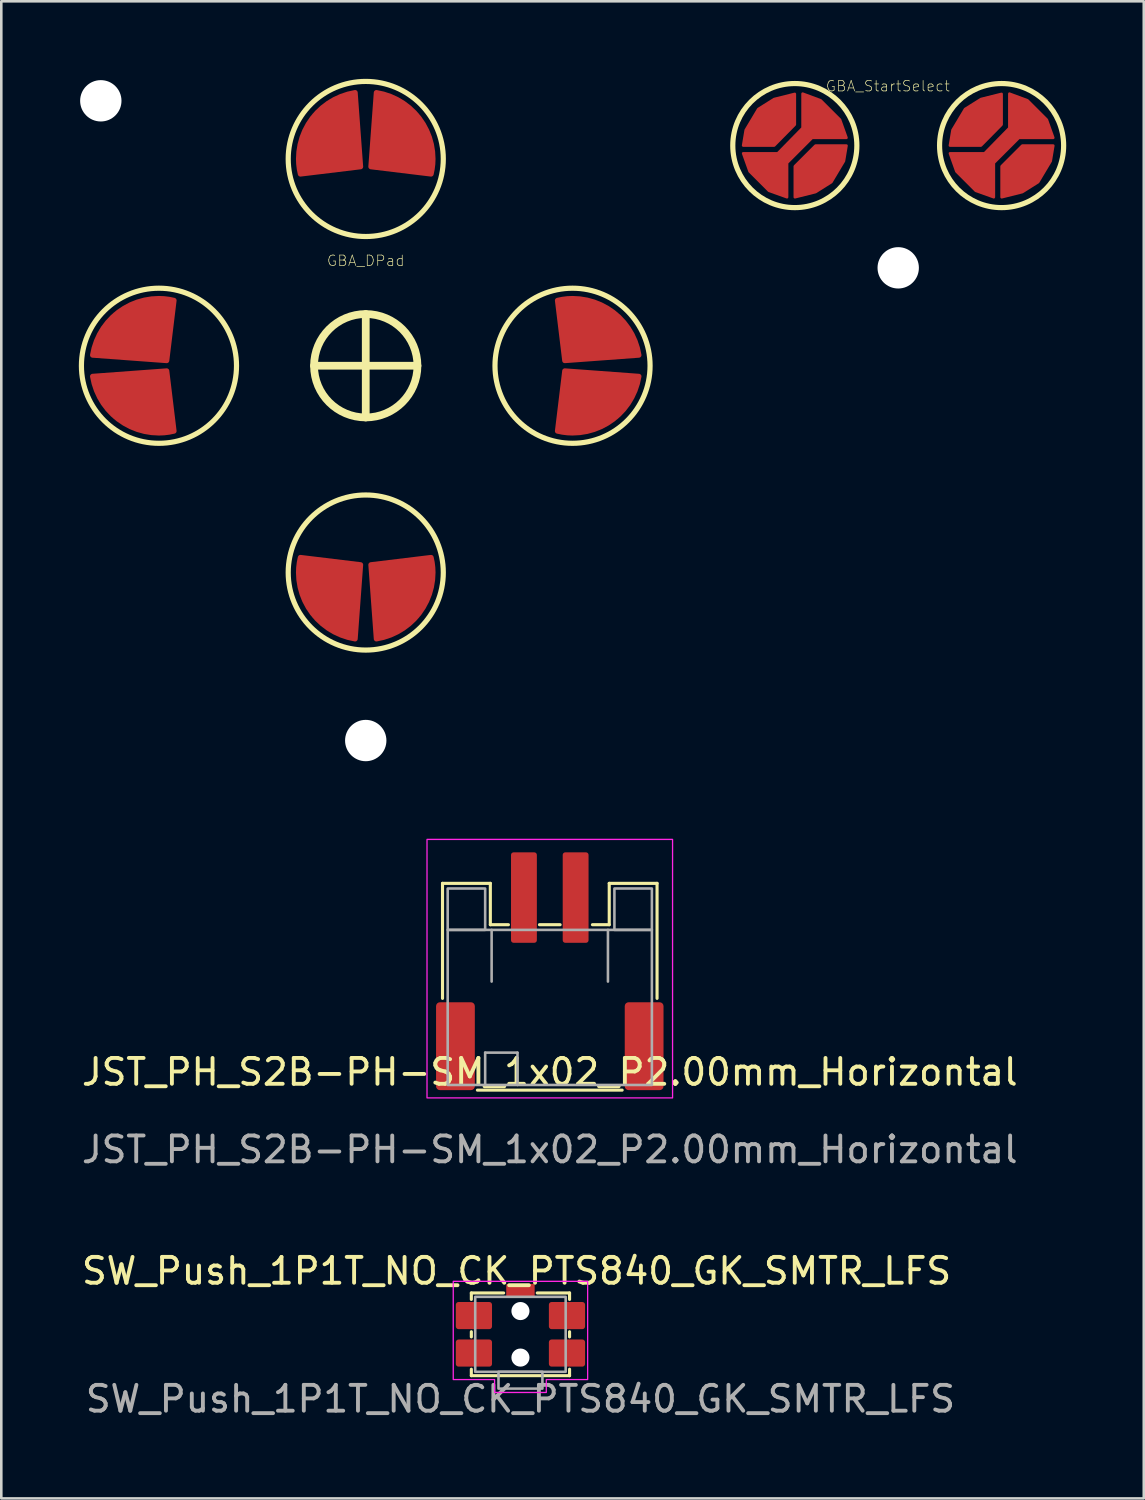
<source format=kicad_pcb>
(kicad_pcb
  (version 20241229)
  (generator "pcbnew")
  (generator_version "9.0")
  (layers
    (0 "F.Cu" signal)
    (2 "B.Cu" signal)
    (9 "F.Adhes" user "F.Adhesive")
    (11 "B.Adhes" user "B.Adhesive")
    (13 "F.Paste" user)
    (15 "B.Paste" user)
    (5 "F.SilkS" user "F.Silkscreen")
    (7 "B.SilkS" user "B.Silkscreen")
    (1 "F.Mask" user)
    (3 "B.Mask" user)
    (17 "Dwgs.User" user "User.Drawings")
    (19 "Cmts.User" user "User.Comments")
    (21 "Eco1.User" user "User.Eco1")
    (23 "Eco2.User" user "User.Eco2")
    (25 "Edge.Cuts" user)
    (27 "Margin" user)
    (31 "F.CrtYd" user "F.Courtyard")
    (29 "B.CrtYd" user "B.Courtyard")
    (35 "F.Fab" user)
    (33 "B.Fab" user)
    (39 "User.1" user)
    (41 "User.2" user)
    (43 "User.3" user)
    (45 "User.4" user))
  (footprint "GBA_DPad"
    (layer "F.Cu")
    (at 11.1 11.1)
    (property "Reference" "GBA_DPad" (at 0 -4.064 0) (layer "F.SilkS") (effects (font (size 0.406 0.406) (thickness 0.025))))
    (attr smd)
    (fp_line (start -2 0) (end 2 0) (stroke (width 0.3) (type default)) (layer "F.SilkS"))
    (fp_line (start 0 -2) (end 0 2) (stroke (width 0.3) (type default)) (layer "F.SilkS"))
    (fp_circle (center -8 0) (end -5 0) (stroke (width 0.2) (type default)) (fill no) (layer "F.SilkS"))
    (fp_circle (center -0.000001 -8) (end -0.000001 -5) (stroke (width 0.2) (type default)) (fill no) (layer "F.SilkS"))
    (fp_circle (center 0 0) (end 2 0) (stroke (width 0.3) (type default)) (fill no) (layer "F.SilkS"))
    (fp_circle (center 0.000001 8) (end 0.000001 5) (stroke (width 0.2) (type default)) (fill no) (layer "F.SilkS"))
    (fp_circle (center 8 -0.000001) (end 5 -0.000001) (stroke (width 0.2) (type default)) (fill no) (layer "F.SilkS"))
    (pad "" np_thru_hole circle (at -10.25 -10.25) (size 1.6 1.6) (drill 1.6) (layers "*.Cu" "*.Mask"))
    (pad "" np_thru_hole circle (at 0 14.5) (size 1.6 1.6) (drill 1.6) (layers "*.Cu" "*.Mask"))
    (pad "1" smd custom (at -2.3 -7.7 270) (size 0.6 0.6) (layers "F.Cu" "F.Mask") (options (anchor circle)) (primitives (gr_poly (pts (xy -0.3 -0.15) (xy -0.289 -0.207) (xy -0.256 -0.256) (xy -0.207 -0.289) (xy -0.15 -0.3) (xy 0.15 -0.3) (xy 0.207 -0.289) (xy 0.256 -0.256) (xy 0.289 -0.207) (xy 0.3 -0.15) (xy 0.3 0.15) (xy 0.289 0.207) (xy 0.256 0.256) (xy 0.207 0.289) (xy 0.15 0.3) (xy -0.15 0.3) (xy -0.207 0.289) (xy -0.256 0.256) (xy -0.289 0.207) (xy -0.3 0.15)) (width 0) (fill yes)) (gr_line (start 0.282 0.228) (end 0 -2.1) (width 0.2)) (gr_line (start -2.867 -1.889) (end 0 -2.1) (width 0.2)) (gr_arc (start -0.3 0.3) (mid -1.987007 -0.321615) (end -2.867347 -1.889225) (width 0.2)) (gr_arc (start 0.282086 0.228342) (mid -0.00676 0.282018) (end -0.3 0.3) (width 0.2)) (gr_poly (pts (xy 0 -2.1) (xy 0.282 0.228) (xy -1.3 0.1) (xy -1.987 -0.322) (xy -2.522 -0.951) (xy -2.867 -1.889)) (width 0.2) (fill yes))))
    (pad "2" smd custom (at -2.3 7.7 90) (size 0.6 0.6) (layers "F.Cu" "F.Mask") (options (anchor circle)) (primitives (gr_poly (pts (xy -0.3 -0.15) (xy -0.289 -0.207) (xy -0.256 -0.256) (xy -0.207 -0.289) (xy -0.15 -0.3) (xy 0.15 -0.3) (xy 0.207 -0.289) (xy 0.256 -0.256) (xy 0.289 -0.207) (xy 0.3 -0.15) (xy 0.3 0.15) (xy 0.289 0.207) (xy 0.256 0.256) (xy 0.207 0.289) (xy 0.15 0.3) (xy -0.15 0.3) (xy -0.207 0.289) (xy -0.256 0.256) (xy -0.289 0.207) (xy -0.3 0.15)) (width 0) (fill yes)) (gr_line (start 0.282 -0.228) (end 0 2.1) (width 0.2)) (gr_line (start -2.867 1.889) (end 0 2.1) (width 0.2)) (gr_arc (start -0.3 -0.3) (mid -0.00676 -0.282018) (end 0.282086 -0.228342) (width 0.2)) (gr_arc (start -2.867346 1.889225) (mid -1.987008 0.321614) (end -0.3 -0.3) (width 0.2)) (gr_poly (pts (xy 0 2.1) (xy 0.282 -0.228) (xy -1.3 -0.1) (xy -1.987 0.322) (xy -2.522 0.951) (xy -2.867 1.889)) (width 0.2) (fill yes))))
    (pad "3" smd custom (at -7.7 -2.3) (size 0.6 0.6) (layers "F.Cu" "F.Mask") (options (anchor circle)) (primitives (gr_poly (pts (xy -0.3 -0.15) (xy -0.289 -0.207) (xy -0.256 -0.256) (xy -0.207 -0.289) (xy -0.15 -0.3) (xy 0.15 -0.3) (xy 0.207 -0.289) (xy 0.256 -0.256) (xy 0.289 -0.207) (xy 0.3 -0.15) (xy 0.3 0.15) (xy 0.289 0.207) (xy 0.256 0.256) (xy 0.207 0.289) (xy 0.15 0.3) (xy -0.15 0.3) (xy -0.207 0.289) (xy -0.256 0.256) (xy -0.289 0.207) (xy -0.3 0.15)) (width 0) (fill yes)) (gr_line (start 0.282 -0.228) (end 0 2.1) (width 0.2)) (gr_line (start -2.867 1.889) (end 0 2.1) (width 0.2)) (gr_arc (start -2.867346 1.889225) (mid -1.987007 0.321616) (end -0.3 -0.299997) (width 0.2)) (gr_arc (start -0.3 -0.3) (mid -0.00676 -0.282018) (end 0.282086 -0.228342) (width 0.2)) (gr_poly (pts (xy 0 2.1) (xy 0.282 -0.228) (xy -1.3 -0.1) (xy -1.987 0.322) (xy -2.522 0.951) (xy -2.867 1.889)) (width 0.2) (fill yes))))
    (pad "4" smd custom (at 7.7 -2.3 180) (size 0.6 0.6) (layers "F.Cu" "F.Mask") (options (anchor circle)) (primitives (gr_poly (pts (xy -0.3 -0.15) (xy -0.289 -0.207) (xy -0.256 -0.256) (xy -0.207 -0.289) (xy -0.15 -0.3) (xy 0.15 -0.3) (xy 0.207 -0.289) (xy 0.256 -0.256) (xy 0.289 -0.207) (xy 0.3 -0.15) (xy 0.3 0.15) (xy 0.289 0.207) (xy 0.256 0.256) (xy 0.207 0.289) (xy 0.15 0.3) (xy -0.15 0.3) (xy -0.207 0.289) (xy -0.256 0.256) (xy -0.289 0.207) (xy -0.3 0.15)) (width 0) (fill yes)) (gr_line (start 0.282 0.228) (end 0 -2.1) (width 0.2)) (gr_line (start -2.867 -1.889) (end 0 -2.1) (width 0.2)) (gr_arc (start 0.282086 0.228342) (mid -0.00676 0.282018) (end -0.3 0.3) (width 0.2)) (gr_arc (start -0.3 0.3) (mid -1.987007 -0.321615) (end -2.867347 -1.889225) (width 0.2)) (gr_poly (pts (xy 0 -2.1) (xy 0.282 0.228) (xy -1.3 0.1) (xy -1.987 -0.322) (xy -2.522 -0.951) (xy -2.867 -1.889)) (width 0.2) (fill yes))))
    (pad "5" smd custom (at -7.7 2.3) (size 0.6 0.6) (layers "F.Cu" "F.Mask") (options (anchor circle)) (primitives (gr_poly (pts (xy -0.3 -0.15) (xy -0.289 -0.207) (xy -0.256 -0.256) (xy -0.207 -0.289) (xy -0.15 -0.3) (xy 0.15 -0.3) (xy 0.207 -0.289) (xy 0.256 -0.256) (xy 0.289 -0.207) (xy 0.3 -0.15) (xy 0.3 0.15) (xy 0.289 0.207) (xy 0.256 0.256) (xy 0.207 0.289) (xy 0.15 0.3) (xy -0.15 0.3) (xy -0.207 0.289) (xy -0.256 0.256) (xy -0.289 0.207) (xy -0.3 0.15)) (width 0) (fill yes)) (gr_line (start 0.282 0.228) (end 0 -2.1) (width 0.2)) (gr_line (start -2.867 -1.889) (end 0 -2.1) (width 0.2)) (gr_arc (start -0.3 0.3) (mid -1.987007 -0.321615) (end -2.867347 -1.889225) (width 0.2)) (gr_arc (start 0.282086 0.228342) (mid -0.00676 0.282018) (end -0.3 0.3) (width 0.2)) (gr_poly (pts (xy 0 -2.1) (xy 0.282 0.228) (xy -1.3 0.1) (xy -1.987 -0.322) (xy -2.522 -0.951) (xy -2.867 -1.889)) (width 0.2) (fill yes))))
    (pad "5" smd custom (at 2.3 -7.7 270) (size 0.6 0.6) (layers "F.Cu" "F.Mask") (options (anchor circle)) (primitives (gr_poly (pts (xy -0.3 -0.15) (xy -0.289 -0.207) (xy -0.256 -0.256) (xy -0.207 -0.289) (xy -0.15 -0.3) (xy 0.15 -0.3) (xy 0.207 -0.289) (xy 0.256 -0.256) (xy 0.289 -0.207) (xy 0.3 -0.15) (xy 0.3 0.15) (xy 0.289 0.207) (xy 0.256 0.256) (xy 0.207 0.289) (xy 0.15 0.3) (xy -0.15 0.3) (xy -0.207 0.289) (xy -0.256 0.256) (xy -0.289 0.207) (xy -0.3 0.15)) (width 0) (fill yes)) (gr_line (start 0.282 -0.228) (end 0 2.1) (width 0.2)) (gr_line (start -2.867 1.889) (end 0 2.1) (width 0.2)) (gr_arc (start -2.867346 1.889225) (mid -1.987007 0.321616) (end -0.3 -0.299997) (width 0.2)) (gr_arc (start -0.3 -0.3) (mid -0.00676 -0.282018) (end 0.282086 -0.228342) (width 0.2)) (gr_poly (pts (xy 0 2.1) (xy 0.282 -0.228) (xy -1.3 -0.1) (xy -1.987 0.322) (xy -2.522 0.951) (xy -2.867 1.889)) (width 0.2) (fill yes))))
    (pad "5" smd custom (at 2.3 7.7 90) (size 0.6 0.6) (layers "F.Cu" "F.Mask") (options (anchor circle)) (primitives (gr_poly (pts (xy -0.3 -0.15) (xy -0.289 -0.207) (xy -0.256 -0.256) (xy -0.207 -0.289) (xy -0.15 -0.3) (xy 0.15 -0.3) (xy 0.207 -0.289) (xy 0.256 -0.256) (xy 0.289 -0.207) (xy 0.3 -0.15) (xy 0.3 0.15) (xy 0.289 0.207) (xy 0.256 0.256) (xy 0.207 0.289) (xy 0.15 0.3) (xy -0.15 0.3) (xy -0.207 0.289) (xy -0.256 0.256) (xy -0.289 0.207) (xy -0.3 0.15)) (width 0) (fill yes)) (gr_line (start 0.282 0.228) (end 0 -2.1) (width 0.2)) (gr_line (start -2.867 -1.889) (end 0 -2.1) (width 0.2)) (gr_arc (start 0.282086 0.228342) (mid -0.00676 0.282018) (end -0.3 0.3) (width 0.2)) (gr_arc (start -0.3 0.3) (mid -1.987007 -0.321615) (end -2.867347 -1.889225) (width 0.2)) (gr_poly (pts (xy 0 -2.1) (xy 0.282 0.228) (xy -1.3 0.1) (xy -1.987 -0.322) (xy -2.522 -0.951) (xy -2.867 -1.889)) (width 0.2) (fill yes))))
    (pad "5" smd custom (at 7.7 2.3 180) (size 0.6 0.6) (layers "F.Cu" "F.Mask") (options (anchor circle)) (primitives (gr_poly (pts (xy -0.3 -0.15) (xy -0.289 -0.207) (xy -0.256 -0.256) (xy -0.207 -0.289) (xy -0.15 -0.3) (xy 0.15 -0.3) (xy 0.207 -0.289) (xy 0.256 -0.256) (xy 0.289 -0.207) (xy 0.3 -0.15) (xy 0.3 0.15) (xy 0.289 0.207) (xy 0.256 0.256) (xy 0.207 0.289) (xy 0.15 0.3) (xy -0.15 0.3) (xy -0.207 0.289) (xy -0.256 0.256) (xy -0.289 0.207) (xy -0.3 0.15)) (width 0) (fill yes)) (gr_line (start 0.282 -0.228) (end 0 2.1) (width 0.2)) (gr_line (start -2.867 1.889) (end 0 2.1) (width 0.2)) (gr_arc (start -0.3 -0.3) (mid -0.00676 -0.282018) (end 0.282086 -0.228342) (width 0.2)) (gr_arc (start -2.867346 1.889225) (mid -1.987008 0.321614) (end -0.3 -0.3) (width 0.2)) (gr_poly (pts (xy 0 2.1) (xy 0.282 -0.228) (xy -1.3 -0.1) (xy -1.987 0.322) (xy -2.522 0.951) (xy -2.867 1.889)) (width 0.2) (fill yes)))))
  (footprint "JST_PH_S2B-PH-SM_1x02_P2.00mm_Horizontal"
    (layer "F.Cu")
    (at 18.22 38.925)
    (property "Reference" "JST_PH_S2B-PH-SM_1x02_P2.00mm_Horizontal" (at 0 -0.5 0) (unlocked yes) (layer "F.SilkS") (effects (font (size 1 1) (thickness 0.15))))
    (attr smd)
    (fp_line (start -4.15 -7.8) (end -2.3 -7.8) (stroke (width 0.12) (type default)) (layer "F.SilkS"))
    (fp_line (start -4.15 -3.35) (end -4.15 -7.8) (stroke (width 0.12) (type default)) (layer "F.SilkS"))
    (fp_line (start -2.8 0.2) (end 2.8 0.2) (stroke (width 0.12) (type default)) (layer "F.SilkS"))
    (fp_line (start -2.3 -7.8) (end -2.3 -6.2) (stroke (width 0.12) (type default)) (layer "F.SilkS"))
    (fp_line (start -2.3 -6.2) (end -1.6 -6.2) (stroke (width 0.12) (type default)) (layer "F.SilkS"))
    (fp_line (start -0.4 -6.2) (end 0.4 -6.2) (stroke (width 0.12) (type default)) (layer "F.SilkS"))
    (fp_line (start 1.65 -6.2) (end 2.3 -6.2) (stroke (width 0.12) (type default)) (layer "F.SilkS"))
    (fp_line (start 2.3 -7.8) (end 4.15 -7.8) (stroke (width 0.12) (type default)) (layer "F.SilkS"))
    (fp_line (start 2.3 -6.2) (end 2.3 -7.8) (stroke (width 0.12) (type default)) (layer "F.SilkS"))
    (fp_line (start 4.15 -7.8) (end 4.15 -3.35) (stroke (width 0.12) (type default)) (layer "F.SilkS"))
    (fp_rect (start -4.75 -9.5) (end 4.75 0.5) (stroke (width 0.05) (type default)) (fill no) (layer "F.CrtYd"))
    (fp_line (start -2.5 -1.25) (end -1.25 -1.25) (stroke (width 0.1) (type default)) (layer "F.Fab"))
    (fp_line (start -2.5 0) (end -2.5 -1.25) (stroke (width 0.1) (type default)) (layer "F.Fab"))
    (fp_line (start -2.25 -6) (end -2.25 -4) (stroke (width 0.1) (type default)) (layer "F.Fab"))
    (fp_line (start -1.25 -1.25) (end -1.25 0) (stroke (width 0.1) (type default)) (layer "F.Fab"))
    (fp_line (start 2.25 -6) (end 2.25 -4) (stroke (width 0.1) (type default)) (layer "F.Fab"))
    (fp_rect (start -3.95 -7.6) (end -2.5 -6) (stroke (width 0.1) (type default)) (fill no) (layer "F.Fab"))
    (fp_rect (start -3.95 -6) (end 3.95 0) (stroke (width 0.1) (type default)) (fill no) (layer "F.Fab"))
    (fp_rect (start 2.5 -7.6) (end 3.95 -6) (stroke (width 0.1) (type default)) (fill no) (layer "F.Fab"))
    (fp_text user "${REFERENCE}" (at 0 2.5 0) (unlocked yes) (layer "F.Fab") (effects (font (size 1 1) (thickness 0.15))))
    (pad "1" smd roundrect (at -1 -7.25) (size 1 3.5) (layers "F.Cu" "F.Mask" "F.Paste") (roundrect_rratio 0.1))
    (pad "2" smd roundrect (at 1 -7.25) (size 1 3.5) (layers "F.Cu" "F.Mask" "F.Paste") (roundrect_rratio 0.1))
    (pad "MH" smd roundrect (at -3.65 -1.5) (size 1.5 3.4) (layers "F.Cu" "F.Mask" "F.Paste") (roundrect_rratio 0.1))
    (pad "MH" smd roundrect (at 3.65 -1.5) (size 1.5 3.4) (layers "F.Cu" "F.Mask" "F.Paste") (roundrect_rratio 0.1)))
  (footprint "SW_Push_1P1T_NO_CK_PTS840_GK_SMTR_LFS"
    (layer "F.Cu")
    (at 17.085 48.572)
    (property "Reference" "SW_Push_1P1T_NO_CK_PTS840_GK_SMTR_LFS" (at -0.15 -2.45 0) (unlocked yes) (layer "F.SilkS") (effects (font (size 1 1) (thickness 0.15))))
    (attr smd)
    (fp_line (start -1.9 -1.6) (end -0.65 -1.6) (stroke (width 0.12) (type default)) (layer "F.SilkS"))
    (fp_line (start -1.9 -1.35) (end -1.9 -1.6) (stroke (width 0.12) (type default)) (layer "F.SilkS"))
    (fp_line (start -1.9 -0.1) (end -1.9 0.1) (stroke (width 0.12) (type default)) (layer "F.SilkS"))
    (fp_line (start -1.9 1.35) (end -1.9 1.6) (stroke (width 0.12) (type default)) (layer "F.SilkS"))
    (fp_line (start -1.9 1.6) (end 1.9 1.6) (stroke (width 0.12) (type default)) (layer "F.SilkS"))
    (fp_line (start 0.65 -1.6) (end 1.9 -1.6) (stroke (width 0.12) (type default)) (layer "F.SilkS"))
    (fp_line (start 1.9 -1.6) (end 1.9 -1.35) (stroke (width 0.12) (type default)) (layer "F.SilkS"))
    (fp_line (start 1.9 -0.1) (end 1.9 0.1) (stroke (width 0.12) (type default)) (layer "F.SilkS"))
    (fp_line (start 1.9 1.6) (end 1.9 1.35) (stroke (width 0.12) (type default)) (layer "F.SilkS"))
    (fp_poly (pts (xy -2.6 -2.05) (xy -2.6 1.75) (xy -1 1.75) (xy -1 2.25) (xy 1 2.25) (xy 1 1.75) (xy 2.6 1.75) (xy 2.6 -2.05)) (stroke (width 0.05) (type solid)) (fill no) (layer "F.CrtYd"))
    (fp_rect (start -1.75 1.45) (end 1.75 -1.45) (stroke (width 0.1) (type default)) (fill no) (layer "F.Fab"))
    (fp_rect (start -0.85 1.45) (end 0.85 2.1) (stroke (width 0.1) (type default)) (fill no) (layer "F.Fab"))
    (fp_text user "${REFERENCE}" (at 0 2.5 0) (unlocked yes) (layer "F.Fab") (effects (font (size 1 1) (thickness 0.15))))
    (pad "" np_thru_hole circle (at 0 -0.9) (size 0.7 0.7) (drill 0.7) (layers "*.Cu" "*.Mask"))
    (pad "" np_thru_hole circle (at 0 0.9) (size 0.7 0.7) (drill 0.7) (layers "*.Cu" "*.Mask"))
    (pad "1" smd roundrect (at -1.8 -0.725) (size 1.4 1.05) (layers "F.Cu" "F.Mask" "F.Paste") (roundrect_rratio 0.1))
    (pad "1" smd roundrect (at 1.8 -0.725) (size 1.4 1.05) (layers "F.Cu" "F.Mask" "F.Paste") (roundrect_rratio 0.1))
    (pad "2" smd roundrect (at -1.8 0.725) (size 1.4 1.05) (layers "F.Cu" "F.Mask" "F.Paste") (roundrect_rratio 0.1))
    (pad "2" smd roundrect (at 1.8 0.725) (size 1.4 1.05) (layers "F.Cu" "F.Mask" "F.Paste") (roundrect_rratio 0.1))
    (pad "SH" smd roundrect (at 0 -1.7) (size 1.1 0.5) (layers "F.Cu" "F.Mask" "F.Paste") (roundrect_rratio 0.1)))
  (footprint "GBA_StartSelect"
    (layer "F.Cu")
    (at 27.7 2.582)
    (property "Reference" "GBA_StartSelect" (at 3.6 -2.3 0) (layer "F.SilkS") (effects (font (size 0.406 0.406) (thickness 0.025))))
    (attr smd)
    (fp_circle (center 0 0) (end 2.4 0) (stroke (width 0.2) (type default)) (fill no) (layer "F.SilkS"))
    (fp_circle (center 8 0) (end 10.4 0) (stroke (width 0.2) (type default)) (fill no) (layer "F.SilkS"))
    (pad "" np_thru_hole circle (at 4 4.73) (size 1.6 1.6) (drill 1.6) (layers "*.Cu" "*.Mask"))
    (pad "1" smd custom (at 1.05 -1.15) (size 0.6 0.6) (layers "F.Cu" "F.Mask") (options (anchor circle)) (primitives (gr_poly (pts (xy -3.05 1.45) (xy -1.71 1.45) (xy -0.75 0.47) (xy -0.75 -0.86) (xy -0.05 -0.6) (xy 0.7 0.15) (xy 0.95 0.85) (xy -0.38 0.85) (xy -1.35 1.82) (xy -1.35 3.15) (xy -2.05 2.9) (xy -2.8 2.15)) (width 0.1) (fill yes)) (gr_poly (pts (xy -0.3 -0.15) (xy -0.289 -0.207) (xy -0.256 -0.256) (xy -0.207 -0.289) (xy -0.15 -0.3) (xy 0.15 -0.3) (xy 0.207 -0.289) (xy 0.256 -0.256) (xy 0.289 -0.207) (xy 0.3 -0.15) (xy 0.3 0.15) (xy 0.289 0.207) (xy 0.256 0.256) (xy 0.207 0.289) (xy 0.15 0.3) (xy -0.15 0.3) (xy -0.207 0.289) (xy -0.256 0.256) (xy -0.289 0.207) (xy -0.3 0.15)) (width 0) (fill yes))))
    (pad "2" smd custom (at 9.05 -1.15) (size 0.6 0.6) (layers "F.Cu" "F.Mask") (options (anchor circle)) (primitives (gr_poly (pts (xy -3.05 1.45) (xy -1.71 1.45) (xy -0.75 0.47) (xy -0.75 -0.86) (xy -0.05 -0.6) (xy 0.7 0.15) (xy 0.95 0.85) (xy -0.38 0.85) (xy -1.35 1.82) (xy -1.35 3.15) (xy -2.05 2.9) (xy -2.8 2.15)) (width 0.1) (fill yes)) (gr_poly (pts (xy -0.3 -0.15) (xy -0.289 -0.207) (xy -0.256 -0.256) (xy -0.207 -0.289) (xy -0.15 -0.3) (xy 0.15 -0.3) (xy 0.207 -0.289) (xy 0.256 -0.256) (xy 0.289 -0.207) (xy 0.3 -0.15) (xy 0.3 0.15) (xy 0.289 0.207) (xy 0.256 0.256) (xy 0.207 0.289) (xy 0.15 0.3) (xy -0.15 0.3) (xy -0.207 0.289) (xy -0.256 0.256) (xy -0.289 0.207) (xy -0.3 0.15)) (width 0) (fill yes))))
    (pad "3" smd custom (at -1.15 -1.1) (size 0.6 0.6) (layers "F.Cu" "F.Mask") (options (anchor circle)) (primitives (gr_poly (pts (xy -0.85 1.1) (xy 0.35 1.1) (xy 1.15 0.29) (xy 1.15 -0.9) (xy 0.35 -0.7) (xy -0.264 -0.314) (xy -0.75 0.5)) (width 0.1) (fill yes)) (gr_poly (pts (xy -0.3 -0.15) (xy -0.289 -0.207) (xy -0.256 -0.256) (xy -0.207 -0.289) (xy -0.15 -0.3) (xy 0.15 -0.3) (xy 0.207 -0.289) (xy 0.256 -0.256) (xy 0.289 -0.207) (xy 0.3 -0.15) (xy 0.3 0.15) (xy 0.289 0.207) (xy 0.256 0.256) (xy 0.207 0.289) (xy 0.15 0.3) (xy -0.15 0.3) (xy -0.207 0.289) (xy -0.256 0.256) (xy -0.289 0.207) (xy -0.3 0.15)) (width 0) (fill yes))))
    (pad "3" smd custom (at 1.1 1.1) (size 0.6 0.6) (layers "F.Cu" "F.Mask") (options (anchor circle)) (primitives (gr_poly (pts (xy -0.3 -0.15) (xy -0.289 -0.207) (xy -0.256 -0.256) (xy -0.207 -0.289) (xy -0.15 -0.3) (xy 0.15 -0.3) (xy 0.207 -0.289) (xy 0.256 -0.256) (xy 0.289 -0.207) (xy 0.3 -0.15) (xy 0.3 0.15) (xy 0.289 0.207) (xy 0.256 0.256) (xy 0.207 0.289) (xy 0.15 0.3) (xy -0.15 0.3) (xy -0.207 0.289) (xy -0.256 0.256) (xy -0.289 0.207) (xy -0.3 0.15)) (width 0) (fill yes)) (gr_poly (pts (xy 0.9 -1.1) (xy -0.3 -1.1) (xy -1.1 -0.3) (xy -1.1 0.9) (xy -0.3 0.7) (xy 0.314 0.314) (xy 0.8 -0.5)) (width 0.1) (fill yes))))
    (pad "3" smd custom (at 6.85 -1.1) (size 0.6 0.6) (layers "F.Cu" "F.Mask") (options (anchor circle)) (primitives (gr_poly (pts (xy -0.85 1.1) (xy 0.35 1.1) (xy 1.15 0.29) (xy 1.15 -0.9) (xy 0.35 -0.7) (xy -0.264 -0.314) (xy -0.75 0.5)) (width 0.1) (fill yes)) (gr_poly (pts (xy -0.3 -0.15) (xy -0.289 -0.207) (xy -0.256 -0.256) (xy -0.207 -0.289) (xy -0.15 -0.3) (xy 0.15 -0.3) (xy 0.207 -0.289) (xy 0.256 -0.256) (xy 0.289 -0.207) (xy 0.3 -0.15) (xy 0.3 0.15) (xy 0.289 0.207) (xy 0.256 0.256) (xy 0.207 0.289) (xy 0.15 0.3) (xy -0.15 0.3) (xy -0.207 0.289) (xy -0.256 0.256) (xy -0.289 0.207) (xy -0.3 0.15)) (width 0) (fill yes))))
    (pad "3" smd custom (at 9.1 1.1) (size 0.6 0.6) (layers "F.Cu" "F.Mask") (options (anchor circle)) (primitives (gr_poly (pts (xy -0.3 -0.15) (xy -0.289 -0.207) (xy -0.256 -0.256) (xy -0.207 -0.289) (xy -0.15 -0.3) (xy 0.15 -0.3) (xy 0.207 -0.289) (xy 0.256 -0.256) (xy 0.289 -0.207) (xy 0.3 -0.15) (xy 0.3 0.15) (xy 0.289 0.207) (xy 0.256 0.256) (xy 0.207 0.289) (xy 0.15 0.3) (xy -0.15 0.3) (xy -0.207 0.289) (xy -0.256 0.256) (xy -0.289 0.207) (xy -0.3 0.15)) (width 0) (fill yes)) (gr_poly (pts (xy 0.9 -1.1) (xy -0.3 -1.1) (xy -1.1 -0.3) (xy -1.1 0.9) (xy -0.3 0.7) (xy 0.314 0.314) (xy 0.8 -0.5)) (width 0.1) (fill yes)))))
  (gr_rect
    (start -3 -3)
    (end 41.2 54.92)
    (stroke (width 0.1) (type default))
    (fill no)
    (layer "Edge.Cuts")))
</source>
